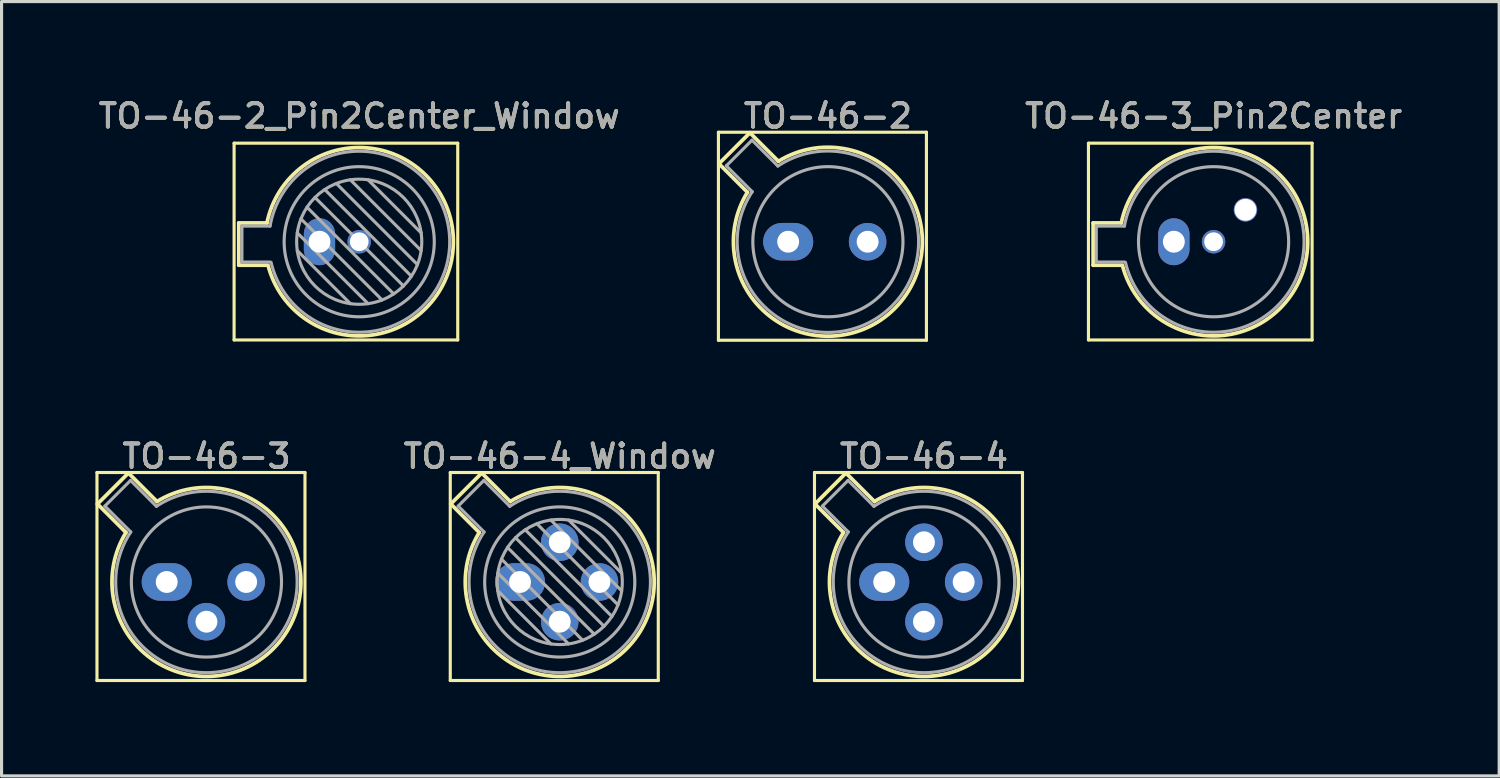
<source format=kicad_pcb>
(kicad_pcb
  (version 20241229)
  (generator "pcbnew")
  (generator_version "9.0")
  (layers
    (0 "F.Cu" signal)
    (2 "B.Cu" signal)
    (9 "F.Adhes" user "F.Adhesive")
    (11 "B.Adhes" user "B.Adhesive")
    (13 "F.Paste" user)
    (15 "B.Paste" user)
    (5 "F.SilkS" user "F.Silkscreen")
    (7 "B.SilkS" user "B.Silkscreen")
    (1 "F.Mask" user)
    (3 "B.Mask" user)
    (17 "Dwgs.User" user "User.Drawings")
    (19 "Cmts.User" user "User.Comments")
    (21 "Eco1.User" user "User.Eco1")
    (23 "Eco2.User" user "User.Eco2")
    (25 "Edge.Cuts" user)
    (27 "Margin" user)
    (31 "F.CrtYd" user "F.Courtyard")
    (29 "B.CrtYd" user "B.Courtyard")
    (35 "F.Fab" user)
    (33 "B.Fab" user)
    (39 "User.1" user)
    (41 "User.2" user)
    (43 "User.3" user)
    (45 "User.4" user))
  (footprint "TO-46-2"
    (layer "F.Cu")
    (at 22.148 4.678)
    (property "Reference" "TO-46-2" (at 1.27 -4.02 0) (layer "F.SilkS") (effects (font (size 0.75 0.75) (thickness 0.125))))
    (attr through_hole)
    (fp_line (start -2.23 -3.5) (end -2.23 3.15) (stroke (width 0.1) (type solid)) (layer "F.SilkS"))
    (fp_line (start -2.23 3.15) (end 4.42 3.15) (stroke (width 0.1) (type solid)) (layer "F.SilkS"))
    (fp_line (start -2.214 -2.494) (end -1.302 -1.582) (stroke (width 0.12) (type solid)) (layer "F.SilkS"))
    (fp_line (start -1.224 -3.484) (end -2.214 -2.494) (stroke (width 0.12) (type solid)) (layer "F.SilkS"))
    (fp_line (start -0.312 -2.572) (end -1.224 -3.484) (stroke (width 0.12) (type solid)) (layer "F.SilkS"))
    (fp_line (start 4.42 -3.5) (end -2.23 -3.5) (stroke (width 0.1) (type solid)) (layer "F.SilkS"))
    (fp_line (start 4.42 3.15) (end 4.42 -3.5) (stroke (width 0.1) (type solid)) (layer "F.SilkS"))
    (fp_arc (start -0.312331 -2.572281) (mid 3.405462 2.135462) (end -1.302281 -1.582331) (stroke (width 0.12) (type solid)) (layer "F.SilkS"))
    (fp_line (start -1.977 -2.426) (end -1.149 -1.599) (stroke (width 0.1) (type solid)) (layer "F.Fab"))
    (fp_line (start -1.156 -3.247) (end -1.977 -2.426) (stroke (width 0.1) (type solid)) (layer "F.Fab"))
    (fp_line (start -0.329 -2.419) (end -1.156 -3.247) (stroke (width 0.1) (type solid)) (layer "F.Fab"))
    (fp_arc (start -0.329057 -2.419301) (mid 3.32061 2.05061) (end -1.149301 -1.599057) (stroke (width 0.1) (type solid)) (layer "F.Fab"))
    (fp_circle (center 1.27 0) (end 3.67 0) (stroke (width 0.1) (type solid)) (fill no) (layer "F.Fab"))
    (fp_text user "${REFERENCE}" (at 1.27 -4.02 0) (layer "F.Fab") (effects (font (size 0.75 0.75) (thickness 0.125))))
    (pad "1" thru_hole oval (at 0 0) (size 1.6 1.2) (drill 0.7) (layers "*.Cu" "*.Mask"))
    (pad "2" thru_hole circle (at 2.54 0) (size 1.2 1.2) (drill 0.7) (layers "*.Cu" "*.Mask")))
  (footprint "TO-46-2_Pin2Center_Window"
    (layer "F.Cu")
    (at 7.164 4.678)
    (property "Reference" "TO-46-2_Pin2Center_Window" (at 1.27 -4.02 0) (layer "F.SilkS") (effects (font (size 0.75 0.75) (thickness 0.125))))
    (attr through_hole)
    (fp_line (start -2.73 -3.15) (end -2.73 3.14) (stroke (width 0.1) (type solid)) (layer "F.SilkS"))
    (fp_line (start -2.73 -3.15) (end 4.42 -3.15) (stroke (width 0.1) (type solid)) (layer "F.SilkS"))
    (fp_line (start -2.58 -0.6) (end -2.58 0.75) (stroke (width 0.12) (type solid)) (layer "F.SilkS"))
    (fp_line (start -2.58 0.75) (end -1.68 0.75) (stroke (width 0.12) (type solid)) (layer "F.SilkS"))
    (fp_line (start -1.68 -0.6) (end -2.58 -0.6) (stroke (width 0.12) (type solid)) (layer "F.SilkS"))
    (fp_line (start 4.42 3.14) (end -2.73 3.14) (stroke (width 0.1) (type solid)) (layer "F.SilkS"))
    (fp_line (start 4.42 3.14) (end 4.42 -3.15) (stroke (width 0.1) (type solid)) (layer "F.SilkS"))
    (fp_arc (start -1.68 -0.6) (mid 4.279362 -0.078983) (end -1.644465 0.753918) (stroke (width 0.12) (type solid)) (layer "F.SilkS"))
    (fp_line (start -2.48 -0.5) (end -2.48 0.65) (stroke (width 0.1) (type solid)) (layer "F.Fab"))
    (fp_line (start -2.48 0.65) (end -1.58 0.65) (stroke (width 0.1) (type solid)) (layer "F.Fab"))
    (fp_line (start -1.58 -0.5) (end -2.48 -0.5) (stroke (width 0.1) (type solid)) (layer "F.Fab"))
    (fp_line (start -0.71 -0.283) (end 1.553 1.98) (stroke (width 0.1) (type solid)) (layer "F.Fab"))
    (fp_line (start -0.71 0.283) (end 0.987 1.98) (stroke (width 0.1) (type solid)) (layer "F.Fab"))
    (fp_line (start -0.592 -0.731) (end 2.001 1.862) (stroke (width 0.1) (type solid)) (layer "F.Fab"))
    (fp_line (start -0.399 -1.103) (end 2.373 1.669) (stroke (width 0.1) (type solid)) (layer "F.Fab"))
    (fp_line (start -0.145 -1.415) (end 2.685 1.415) (stroke (width 0.1) (type solid)) (layer "F.Fab"))
    (fp_line (start 0.167 -1.669) (end 2.939 1.103) (stroke (width 0.1) (type solid)) (layer "F.Fab"))
    (fp_line (start 0.539 -1.862) (end 3.132 0.731) (stroke (width 0.1) (type solid)) (layer "F.Fab"))
    (fp_line (start 0.987 -1.98) (end 3.25 0.283) (stroke (width 0.1) (type solid)) (layer "F.Fab"))
    (fp_line (start 1.553 -1.98) (end 3.25 -0.283) (stroke (width 0.1) (type solid)) (layer "F.Fab"))
    (fp_arc (start -1.58 -0.5) (mid 4.1624 -0.08076) (end -1.54766 0.65825) (stroke (width 0.1) (type solid)) (layer "F.Fab"))
    (fp_circle (center 1.27 0) (end 3.27 0) (stroke (width 0.1) (type solid)) (fill no) (layer "F.Fab"))
    (fp_circle (center 1.27 0) (end 3.67 0) (stroke (width 0.1) (type solid)) (fill no) (layer "F.Fab"))
    (fp_text user "${REFERENCE}" (at 1.27 -4.02 0) (layer "F.Fab") (effects (font (size 0.75 0.75) (thickness 0.125))))
    (pad "1" thru_hole oval (at 0 0 90) (size 1.5 1) (drill 0.7) (layers "*.Cu" "*.Mask"))
    (pad "2" thru_hole oval (at 1.27 0) (size 0.75 0.75) (drill 0.6) (layers "*.Cu" "*.Mask")))
  (footprint "TO-46-4"
    (layer "F.Cu")
    (at 25.219 15.556)
    (property "Reference" "TO-46-4" (at 1.27 -4.02 0) (layer "F.SilkS") (effects (font (size 0.75 0.75) (thickness 0.125))))
    (attr through_hole)
    (fp_line (start -2.23 -3.5) (end -2.23 3.15) (stroke (width 0.1) (type solid)) (layer "F.SilkS"))
    (fp_line (start -2.23 3.15) (end 4.42 3.15) (stroke (width 0.1) (type solid)) (layer "F.SilkS"))
    (fp_line (start -2.214 -2.494) (end -1.302 -1.582) (stroke (width 0.12) (type solid)) (layer "F.SilkS"))
    (fp_line (start -1.224 -3.484) (end -2.214 -2.494) (stroke (width 0.12) (type solid)) (layer "F.SilkS"))
    (fp_line (start -0.312 -2.572) (end -1.224 -3.484) (stroke (width 0.12) (type solid)) (layer "F.SilkS"))
    (fp_line (start 4.42 -3.5) (end -2.23 -3.5) (stroke (width 0.1) (type solid)) (layer "F.SilkS"))
    (fp_line (start 4.42 3.15) (end 4.42 -3.5) (stroke (width 0.1) (type solid)) (layer "F.SilkS"))
    (fp_arc (start -0.312331 -2.572281) (mid 3.405462 2.135462) (end -1.302281 -1.582331) (stroke (width 0.12) (type solid)) (layer "F.SilkS"))
    (fp_line (start -1.977 -2.426) (end -1.149 -1.599) (stroke (width 0.1) (type solid)) (layer "F.Fab"))
    (fp_line (start -1.156 -3.247) (end -1.977 -2.426) (stroke (width 0.1) (type solid)) (layer "F.Fab"))
    (fp_line (start -0.329 -2.419) (end -1.156 -3.247) (stroke (width 0.1) (type solid)) (layer "F.Fab"))
    (fp_arc (start -0.329057 -2.419301) (mid 3.32061 2.05061) (end -1.149301 -1.599057) (stroke (width 0.1) (type solid)) (layer "F.Fab"))
    (fp_circle (center 1.27 0) (end 3.67 0) (stroke (width 0.1) (type solid)) (fill no) (layer "F.Fab"))
    (fp_text user "${REFERENCE}" (at 1.27 -4.02 0) (layer "F.Fab") (effects (font (size 0.75 0.75) (thickness 0.125))))
    (pad "1" thru_hole oval (at 0 0) (size 1.6 1.2) (drill 0.7) (layers "*.Cu" "*.Mask"))
    (pad "2" thru_hole circle (at 1.27 1.27) (size 1.2 1.2) (drill 0.7) (layers "*.Cu" "*.Mask"))
    (pad "3" thru_hole circle (at 2.54 0) (size 1.2 1.2) (drill 0.7) (layers "*.Cu" "*.Mask"))
    (pad "4" thru_hole circle (at 1.27 -1.27) (size 1.2 1.2) (drill 0.7) (layers "*.Cu" "*.Mask")))
  (footprint "TO-46-3"
    (layer "F.Cu")
    (at 2.28 15.556)
    (property "Reference" "TO-46-3" (at 1.27 -4.02 0) (layer "F.SilkS") (effects (font (size 0.75 0.75) (thickness 0.125))))
    (attr through_hole)
    (fp_line (start -2.23 -3.5) (end -2.23 3.15) (stroke (width 0.1) (type solid)) (layer "F.SilkS"))
    (fp_line (start -2.23 3.15) (end 4.42 3.15) (stroke (width 0.1) (type solid)) (layer "F.SilkS"))
    (fp_line (start -2.214 -2.494) (end -1.302 -1.582) (stroke (width 0.12) (type solid)) (layer "F.SilkS"))
    (fp_line (start -1.224 -3.484) (end -2.214 -2.494) (stroke (width 0.12) (type solid)) (layer "F.SilkS"))
    (fp_line (start -0.312 -2.572) (end -1.224 -3.484) (stroke (width 0.12) (type solid)) (layer "F.SilkS"))
    (fp_line (start 4.42 -3.5) (end -2.23 -3.5) (stroke (width 0.1) (type solid)) (layer "F.SilkS"))
    (fp_line (start 4.42 3.15) (end 4.42 -3.5) (stroke (width 0.1) (type solid)) (layer "F.SilkS"))
    (fp_arc (start -0.312331 -2.572281) (mid 3.405462 2.135462) (end -1.302281 -1.582331) (stroke (width 0.12) (type solid)) (layer "F.SilkS"))
    (fp_line (start -1.977 -2.426) (end -1.149 -1.599) (stroke (width 0.1) (type solid)) (layer "F.Fab"))
    (fp_line (start -1.156 -3.247) (end -1.977 -2.426) (stroke (width 0.1) (type solid)) (layer "F.Fab"))
    (fp_line (start -0.329 -2.419) (end -1.156 -3.247) (stroke (width 0.1) (type solid)) (layer "F.Fab"))
    (fp_arc (start -0.329057 -2.419301) (mid 3.32061 2.05061) (end -1.149301 -1.599057) (stroke (width 0.1) (type solid)) (layer "F.Fab"))
    (fp_circle (center 1.27 0) (end 3.67 0) (stroke (width 0.1) (type solid)) (fill no) (layer "F.Fab"))
    (fp_text user "${REFERENCE}" (at 1.27 -4.02 0) (layer "F.Fab") (effects (font (size 0.75 0.75) (thickness 0.125))))
    (pad "1" thru_hole oval (at 0 0) (size 1.6 1.2) (drill 0.7) (layers "*.Cu" "*.Mask"))
    (pad "2" thru_hole circle (at 1.27 1.27) (size 1.2 1.2) (drill 0.7) (layers "*.Cu" "*.Mask"))
    (pad "3" thru_hole circle (at 2.54 0) (size 1.2 1.2) (drill 0.7) (layers "*.Cu" "*.Mask")))
  (footprint "TO-46-3_Pin2Center"
    (layer "F.Cu")
    (at 34.478 4.678)
    (property "Reference" "TO-46-3_Pin2Center" (at 1.27 -4.02 0) (layer "F.SilkS") (effects (font (size 0.75 0.75) (thickness 0.125))))
    (attr through_hole)
    (fp_line (start -2.73 -3.15) (end -2.73 3.14) (stroke (width 0.1) (type solid)) (layer "F.SilkS"))
    (fp_line (start -2.73 -3.15) (end 4.42 -3.15) (stroke (width 0.1) (type solid)) (layer "F.SilkS"))
    (fp_line (start -2.58 -0.6) (end -2.58 0.75) (stroke (width 0.12) (type solid)) (layer "F.SilkS"))
    (fp_line (start -2.58 0.75) (end -1.68 0.75) (stroke (width 0.12) (type solid)) (layer "F.SilkS"))
    (fp_line (start -1.68 -0.6) (end -2.58 -0.6) (stroke (width 0.12) (type solid)) (layer "F.SilkS"))
    (fp_line (start 4.42 3.14) (end -2.73 3.14) (stroke (width 0.1) (type solid)) (layer "F.SilkS"))
    (fp_line (start 4.42 3.14) (end 4.42 -3.15) (stroke (width 0.1) (type solid)) (layer "F.SilkS"))
    (fp_arc (start -1.68 -0.6) (mid 4.279362 -0.078983) (end -1.644465 0.753918) (stroke (width 0.12) (type solid)) (layer "F.SilkS"))
    (fp_line (start -2.48 -0.5) (end -2.48 0.65) (stroke (width 0.1) (type solid)) (layer "F.Fab"))
    (fp_line (start -2.48 0.65) (end -1.58 0.65) (stroke (width 0.1) (type solid)) (layer "F.Fab"))
    (fp_line (start -1.58 -0.5) (end -2.48 -0.5) (stroke (width 0.1) (type solid)) (layer "F.Fab"))
    (fp_arc (start -1.58 -0.5) (mid 4.1624 -0.08076) (end -1.54766 0.65825) (stroke (width 0.1) (type solid)) (layer "F.Fab"))
    (fp_circle (center 1.27 0) (end 3.67 0) (stroke (width 0.1) (type solid)) (fill no) (layer "F.Fab"))
    (fp_text user "${REFERENCE}" (at 1.27 -4.02 0) (layer "F.Fab") (effects (font (size 0.75 0.75) (thickness 0.125))))
    (pad "1" thru_hole oval (at 0 0 90) (size 1.5 1) (drill 0.7) (layers "*.Cu" "*.Mask"))
    (pad "2" thru_hole oval (at 1.27 0) (size 0.75 0.75) (drill 0.6) (layers "*.Cu" "*.Mask"))
    (pad "3" thru_hole oval (at 2.29 -1.02 90) (size 0.75 0.75) (drill 0.7) (layers "*.Cu" "*.Mask")))
  (footprint "TO-46-4_Window"
    (layer "F.Cu")
    (at 13.575 15.556)
    (property "Reference" "TO-46-4_Window" (at 1.27 -4.02 0) (layer "F.SilkS") (effects (font (size 0.75 0.75) (thickness 0.125))))
    (attr through_hole)
    (fp_line (start -2.23 -3.5) (end -2.23 3.15) (stroke (width 0.1) (type solid)) (layer "F.SilkS"))
    (fp_line (start -2.23 3.15) (end 4.42 3.15) (stroke (width 0.1) (type solid)) (layer "F.SilkS"))
    (fp_line (start -2.214 -2.494) (end -1.302 -1.582) (stroke (width 0.12) (type solid)) (layer "F.SilkS"))
    (fp_line (start -1.224 -3.484) (end -2.214 -2.494) (stroke (width 0.12) (type solid)) (layer "F.SilkS"))
    (fp_line (start -0.312 -2.572) (end -1.224 -3.484) (stroke (width 0.12) (type solid)) (layer "F.SilkS"))
    (fp_line (start 4.42 -3.5) (end -2.23 -3.5) (stroke (width 0.1) (type solid)) (layer "F.SilkS"))
    (fp_line (start 4.42 3.15) (end 4.42 -3.5) (stroke (width 0.1) (type solid)) (layer "F.SilkS"))
    (fp_arc (start -0.312331 -2.572281) (mid 3.405462 2.135462) (end -1.302281 -1.582331) (stroke (width 0.12) (type solid)) (layer "F.SilkS"))
    (fp_line (start -1.977 -2.426) (end -1.149 -1.599) (stroke (width 0.1) (type solid)) (layer "F.Fab"))
    (fp_line (start -1.156 -3.247) (end -1.977 -2.426) (stroke (width 0.1) (type solid)) (layer "F.Fab"))
    (fp_line (start -0.71 -0.283) (end 1.553 1.98) (stroke (width 0.1) (type solid)) (layer "F.Fab"))
    (fp_line (start -0.71 0.283) (end 0.987 1.98) (stroke (width 0.1) (type solid)) (layer "F.Fab"))
    (fp_line (start -0.592 -0.731) (end 2.001 1.862) (stroke (width 0.1) (type solid)) (layer "F.Fab"))
    (fp_line (start -0.399 -1.103) (end 2.373 1.669) (stroke (width 0.1) (type solid)) (layer "F.Fab"))
    (fp_line (start -0.329 -2.419) (end -1.156 -3.247) (stroke (width 0.1) (type solid)) (layer "F.Fab"))
    (fp_line (start -0.145 -1.415) (end 2.685 1.415) (stroke (width 0.1) (type solid)) (layer "F.Fab"))
    (fp_line (start 0.167 -1.669) (end 2.939 1.103) (stroke (width 0.1) (type solid)) (layer "F.Fab"))
    (fp_line (start 0.539 -1.862) (end 3.132 0.731) (stroke (width 0.1) (type solid)) (layer "F.Fab"))
    (fp_line (start 0.987 -1.98) (end 3.25 0.283) (stroke (width 0.1) (type solid)) (layer "F.Fab"))
    (fp_line (start 1.553 -1.98) (end 3.25 -0.283) (stroke (width 0.1) (type solid)) (layer "F.Fab"))
    (fp_arc (start -0.329057 -2.419301) (mid 3.32061 2.05061) (end -1.149301 -1.599057) (stroke (width 0.1) (type solid)) (layer "F.Fab"))
    (fp_circle (center 1.27 0) (end 3.27 0) (stroke (width 0.1) (type solid)) (fill no) (layer "F.Fab"))
    (fp_circle (center 1.27 0) (end 3.67 0) (stroke (width 0.1) (type solid)) (fill no) (layer "F.Fab"))
    (fp_text user "${REFERENCE}" (at 1.27 -4.02 0) (layer "F.Fab") (effects (font (size 0.75 0.75) (thickness 0.125))))
    (pad "1" thru_hole oval (at 0 0) (size 1.6 1.2) (drill 0.7) (layers "*.Cu" "*.Mask"))
    (pad "2" thru_hole circle (at 1.27 1.27) (size 1.2 1.2) (drill 0.7) (layers "*.Cu" "*.Mask"))
    (pad "3" thru_hole circle (at 2.54 0) (size 1.2 1.2) (drill 0.7) (layers "*.Cu" "*.Mask"))
    (pad "4" thru_hole circle (at 1.27 -1.27) (size 1.2 1.2) (drill 0.7) (layers "*.Cu" "*.Mask")))
  (gr_rect
    (start -3 -3)
    (end 44.879 21.756)
    (stroke (width 0.1) (type default))
    (fill no)
    (layer "Edge.Cuts")))
</source>
